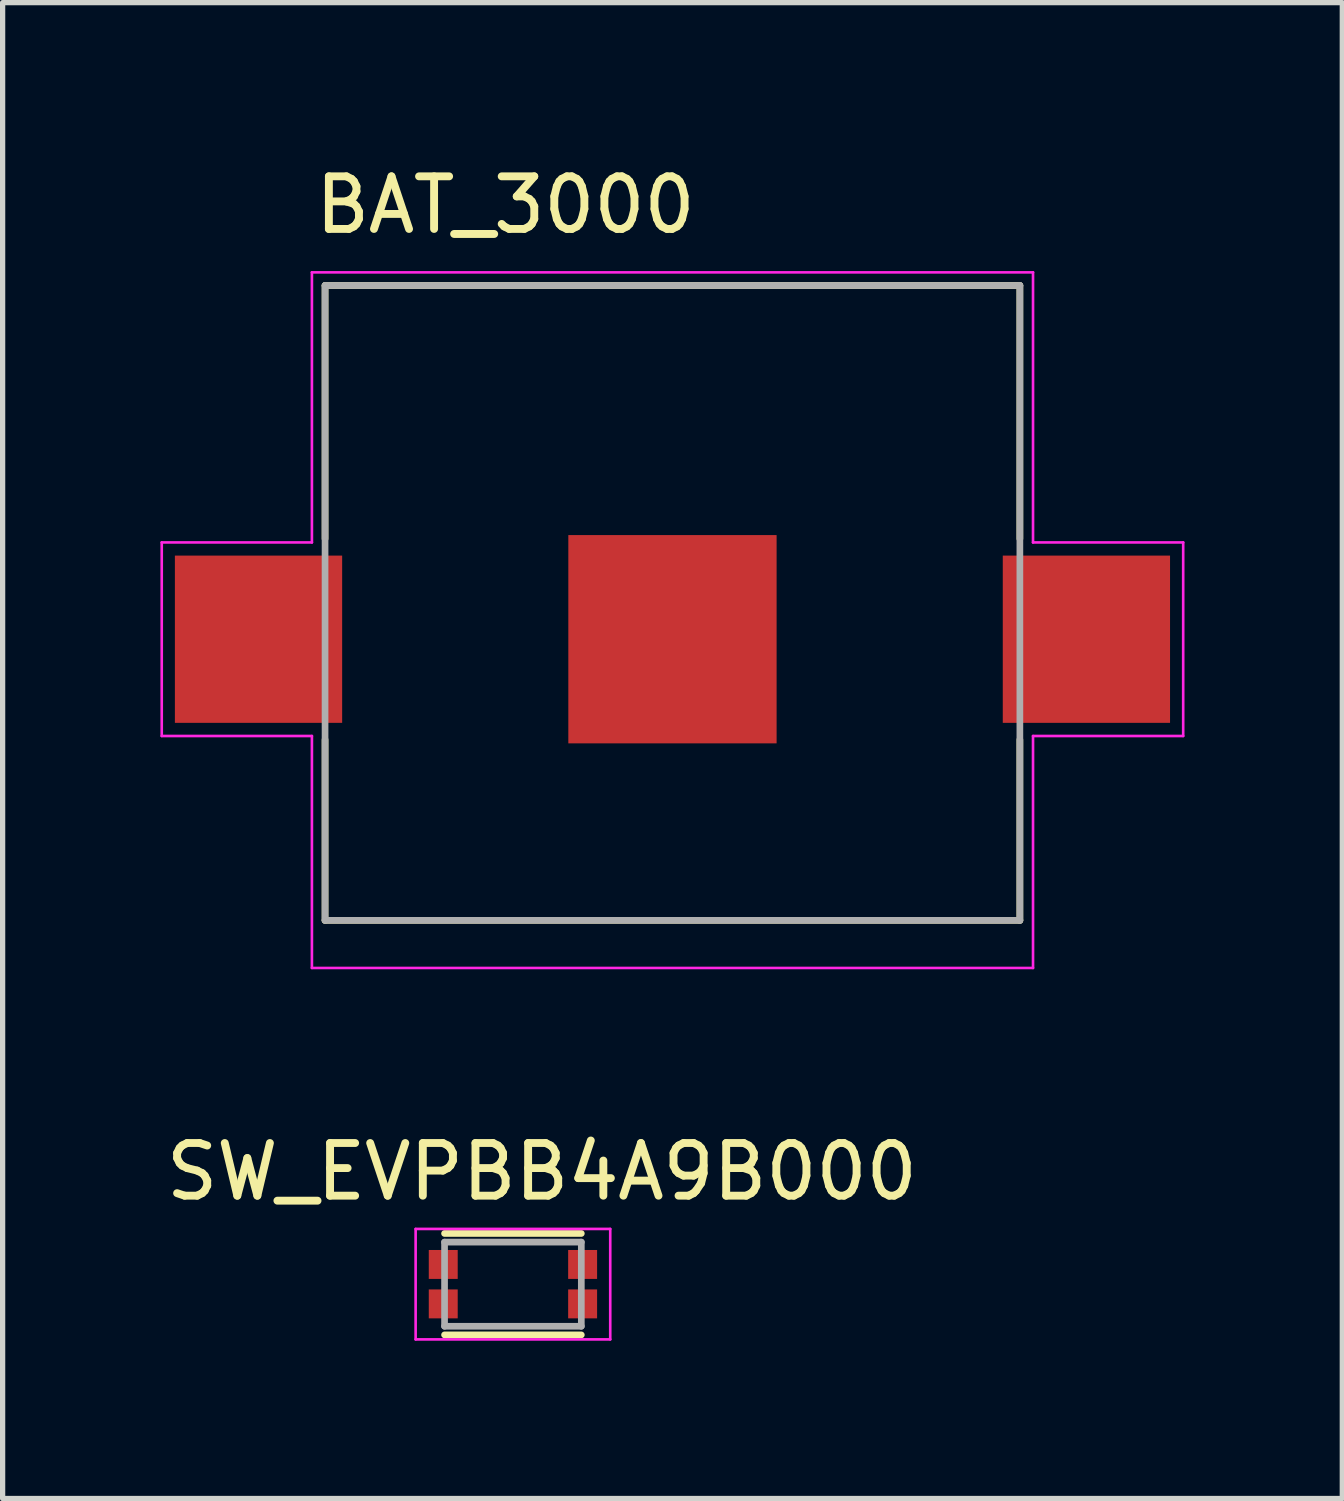
<source format=kicad_pcb>
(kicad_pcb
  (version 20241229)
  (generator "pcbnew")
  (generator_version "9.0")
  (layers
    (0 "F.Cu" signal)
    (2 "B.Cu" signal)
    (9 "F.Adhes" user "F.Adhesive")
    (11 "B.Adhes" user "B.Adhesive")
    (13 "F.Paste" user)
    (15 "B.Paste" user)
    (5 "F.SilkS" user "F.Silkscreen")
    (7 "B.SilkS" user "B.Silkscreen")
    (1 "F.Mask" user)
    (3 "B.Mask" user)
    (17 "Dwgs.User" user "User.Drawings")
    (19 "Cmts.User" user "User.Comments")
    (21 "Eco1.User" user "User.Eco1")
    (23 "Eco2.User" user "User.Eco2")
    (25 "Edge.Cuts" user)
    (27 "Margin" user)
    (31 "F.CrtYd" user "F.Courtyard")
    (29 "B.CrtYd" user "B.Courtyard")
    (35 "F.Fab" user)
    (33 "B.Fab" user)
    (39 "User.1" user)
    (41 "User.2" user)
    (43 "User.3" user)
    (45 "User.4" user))
  (footprint "SW_EVPBB4A9B000"
    (layer "F.Cu")
    (at 6.702 21.365)
    (property "Reference" "SW_EVPBB4A9B000" (at 0.551 -2.138 0) (layer "F.SilkS") (effects (font (size 1.001 1.001) (thickness 0.15))))
    (attr smd)
    (fp_line (start -1.3 -0.964) (end 1.3 -0.964) (stroke (width 0.127) (type solid)) (layer "F.SilkS"))
    (fp_line (start -1.3 0.964) (end 1.3 0.964) (stroke (width 0.127) (type solid)) (layer "F.SilkS"))
    (fp_poly (pts (xy -1.55 -0.6) (xy -1.1 -0.6) (xy -1.1 -0.15) (xy -1.55 -0.15)) (stroke (width 0.01) (type solid)) (fill yes) (layer "F.Paste"))
    (fp_poly (pts (xy -1.55 0.15) (xy -1.1 0.15) (xy -1.1 0.6) (xy -1.55 0.6)) (stroke (width 0.01) (type solid)) (fill yes) (layer "F.Paste"))
    (fp_poly (pts (xy 1.1 -0.6) (xy 1.55 -0.6) (xy 1.55 -0.15) (xy 1.1 -0.15)) (stroke (width 0.01) (type solid)) (fill yes) (layer "F.Paste"))
    (fp_poly (pts (xy 1.1 0.15) (xy 1.55 0.15) (xy 1.55 0.6) (xy 1.1 0.6)) (stroke (width 0.01) (type solid)) (fill yes) (layer "F.Paste"))
    (fp_line (start -1.85 -1.05) (end 1.85 -1.05) (stroke (width 0.05) (type solid)) (layer "F.CrtYd"))
    (fp_line (start -1.85 1.05) (end -1.85 -1.05) (stroke (width 0.05) (type solid)) (layer "F.CrtYd"))
    (fp_line (start 1.85 -1.05) (end 1.85 1.05) (stroke (width 0.05) (type solid)) (layer "F.CrtYd"))
    (fp_line (start 1.85 1.05) (end -1.85 1.05) (stroke (width 0.05) (type solid)) (layer "F.CrtYd"))
    (fp_line (start -1.3 -0.8) (end 1.3 -0.8) (stroke (width 0.127) (type solid)) (layer "F.Fab"))
    (fp_line (start -1.3 0.8) (end -1.3 -0.8) (stroke (width 0.127) (type solid)) (layer "F.Fab"))
    (fp_line (start 1.3 -0.8) (end 1.3 0.8) (stroke (width 0.127) (type solid)) (layer "F.Fab"))
    (fp_line (start 1.3 0.8) (end -1.3 0.8) (stroke (width 0.127) (type solid)) (layer "F.Fab"))
    (pad "A1" smd rect (at -1.325 -0.375) (size 0.55 0.55) (layers "F.Cu" "F.Mask"))
    (pad "A2" smd rect (at -1.325 0.375) (size 0.55 0.55) (layers "F.Cu" "F.Mask"))
    (pad "B1" smd rect (at 1.325 -0.375) (size 0.55 0.55) (layers "F.Cu" "F.Mask"))
    (pad "B2" smd rect (at 1.325 0.375) (size 0.55 0.55) (layers "F.Cu" "F.Mask"))
    (zone (net_name "") (layer "F.Cu") (hatch full 0.508) (connect_pads) (min_thickness 0.01) (filled_areas_thickness no) (keepout (tracks not_allowed) (vias not_allowed) (pads not_allowed) (copperpour not_allowed) (footprints allowed)) (placement (enabled no)) (fill) (polygon (pts (xy 5.7 20.565) (xy 7.702 20.565) (xy 7.702 22.167) (xy 5.7 22.167)))))
  (footprint "BAT_3000"
    (layer "F.Cu")
    (at 9.735 9.103)
    (property "Reference" "BAT_3000" (at -3.175 -8.255 0) (layer "F.SilkS") (effects (font (size 1 1) (thickness 0.15))))
    (attr smd)
    (fp_line (start -6.605 -6.725) (end 6.605 -6.725) (stroke (width 0.127) (type solid)) (layer "F.SilkS"))
    (fp_line (start -6.605 -1.91) (end -6.605 -6.725) (stroke (width 0.127) (type solid)) (layer "F.SilkS"))
    (fp_line (start -6.605 5.345) (end -6.605 1.91) (stroke (width 0.127) (type solid)) (layer "F.SilkS"))
    (fp_line (start 6.605 -6.725) (end 6.605 -1.91) (stroke (width 0.127) (type solid)) (layer "F.SilkS"))
    (fp_line (start 6.605 5.345) (end -6.605 5.345) (stroke (width 0.127) (type solid)) (layer "F.SilkS"))
    (fp_line (start 6.605 5.345) (end 6.605 1.91) (stroke (width 0.127) (type solid)) (layer "F.SilkS"))
    (fp_line (start -9.71 -1.84) (end -9.71 1.84) (stroke (width 0.05) (type solid)) (layer "F.CrtYd"))
    (fp_line (start -9.71 1.84) (end -6.855 1.84) (stroke (width 0.05) (type solid)) (layer "F.CrtYd"))
    (fp_line (start -6.855 -6.975) (end -6.855 -1.84) (stroke (width 0.05) (type solid)) (layer "F.CrtYd"))
    (fp_line (start -6.855 -1.84) (end -9.71 -1.84) (stroke (width 0.05) (type solid)) (layer "F.CrtYd"))
    (fp_line (start -6.855 1.84) (end -6.855 6.25) (stroke (width 0.05) (type solid)) (layer "F.CrtYd"))
    (fp_line (start -6.855 6.25) (end 6.855 6.25) (stroke (width 0.05) (type solid)) (layer "F.CrtYd"))
    (fp_line (start 6.855 -6.975) (end -6.855 -6.975) (stroke (width 0.05) (type solid)) (layer "F.CrtYd"))
    (fp_line (start 6.855 -1.84) (end 6.855 -6.975) (stroke (width 0.05) (type solid)) (layer "F.CrtYd"))
    (fp_line (start 6.855 -1.84) (end 9.71 -1.84) (stroke (width 0.05) (type solid)) (layer "F.CrtYd"))
    (fp_line (start 6.855 6.25) (end 6.855 1.84) (stroke (width 0.05) (type solid)) (layer "F.CrtYd"))
    (fp_line (start 9.71 -1.84) (end 9.71 1.84) (stroke (width 0.05) (type solid)) (layer "F.CrtYd"))
    (fp_line (start 9.71 1.84) (end 6.855 1.84) (stroke (width 0.05) (type solid)) (layer "F.CrtYd"))
    (fp_line (start -6.605 -6.725) (end 6.605 -6.725) (stroke (width 0.127) (type solid)) (layer "F.Fab"))
    (fp_line (start -6.605 5.345) (end -6.605 -6.725) (stroke (width 0.127) (type solid)) (layer "F.Fab"))
    (fp_line (start 6.605 -6.725) (end 6.605 5.345) (stroke (width 0.127) (type solid)) (layer "F.Fab"))
    (fp_line (start 6.605 5.345) (end -6.605 5.345) (stroke (width 0.127) (type solid)) (layer "F.Fab"))
    (pad "1" smd rect (at -7.87 0) (size 3.18 3.18) (layers "F.Cu" "F.Mask" "F.Paste"))
    (pad "1" smd rect (at 7.87 0) (size 3.18 3.18) (layers "F.Cu" "F.Mask" "F.Paste"))
    (pad "2" smd rect (at 0 0) (size 3.96 3.96) (layers "F.Cu" "F.Mask")))
  (gr_rect
    (start -3 -3)
    (end 22.47 25.44)
    (stroke (width 0.1) (type default))
    (fill no)
    (layer "Edge.Cuts")))
</source>
